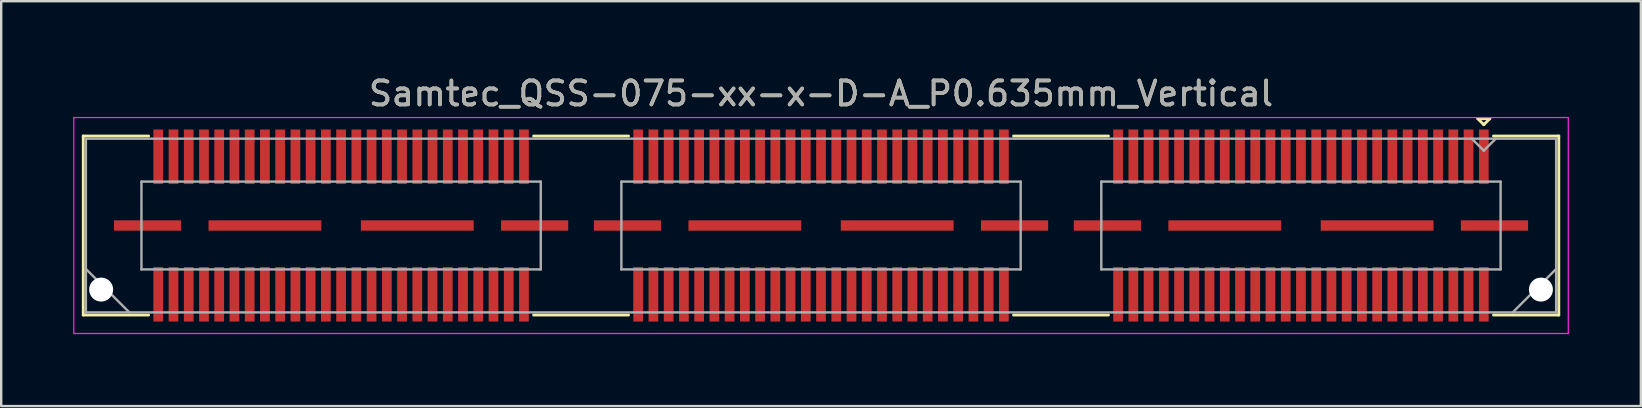
<source format=kicad_pcb>
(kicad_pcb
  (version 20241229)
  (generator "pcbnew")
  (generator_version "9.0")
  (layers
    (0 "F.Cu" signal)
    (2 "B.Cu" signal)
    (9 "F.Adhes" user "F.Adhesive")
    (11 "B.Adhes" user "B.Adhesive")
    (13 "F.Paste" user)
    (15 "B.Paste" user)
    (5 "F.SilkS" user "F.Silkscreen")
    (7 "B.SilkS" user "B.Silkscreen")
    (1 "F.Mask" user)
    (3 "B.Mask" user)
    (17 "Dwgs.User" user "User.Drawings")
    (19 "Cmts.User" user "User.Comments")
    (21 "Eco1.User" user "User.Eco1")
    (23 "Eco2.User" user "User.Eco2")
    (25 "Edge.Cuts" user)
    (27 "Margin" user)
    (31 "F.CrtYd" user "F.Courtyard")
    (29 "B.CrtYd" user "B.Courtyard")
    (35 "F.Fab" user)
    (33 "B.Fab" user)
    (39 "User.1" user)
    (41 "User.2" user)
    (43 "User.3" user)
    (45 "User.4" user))
  (footprint "Samtec_QSS-075-xx-x-D-A_P0.635mm_Vertical"
    (layer "F.Cu")
    (at 31.165 6.348)
    (property "Reference" "Samtec_QSS-075-xx-x-D-A_P0.635mm_Vertical" (at 0 -5.5 0) (layer "F.SilkS") (effects (font (size 1 1) (thickness 0.15))))
    (attr smd)
    (fp_line (start -30.745 -3.73) (end -28.023 -3.73) (stroke (width 0.12) (type solid)) (layer "F.SilkS"))
    (fp_line (start -30.745 3.73) (end -30.745 -3.73) (stroke (width 0.12) (type solid)) (layer "F.SilkS"))
    (fp_line (start -28.023 3.73) (end -30.745 3.73) (stroke (width 0.12) (type solid)) (layer "F.SilkS"))
    (fp_line (start -8.023 -3.73) (end -11.977 -3.73) (stroke (width 0.12) (type solid)) (layer "F.SilkS"))
    (fp_line (start -8.023 3.73) (end -11.977 3.73) (stroke (width 0.12) (type solid)) (layer "F.SilkS"))
    (fp_line (start 11.977 -3.73) (end 8.023 -3.73) (stroke (width 0.12) (type solid)) (layer "F.SilkS"))
    (fp_line (start 11.977 3.73) (end 8.023 3.73) (stroke (width 0.12) (type solid)) (layer "F.SilkS"))
    (fp_line (start 27.37 -4.452) (end 27.87 -4.452) (stroke (width 0.12) (type solid)) (layer "F.SilkS"))
    (fp_line (start 27.62 -4.202) (end 27.37 -4.452) (stroke (width 0.12) (type solid)) (layer "F.SilkS"))
    (fp_line (start 27.87 -4.452) (end 27.62 -4.202) (stroke (width 0.12) (type solid)) (layer "F.SilkS"))
    (fp_line (start 28.023 3.73) (end 30.745 3.73) (stroke (width 0.12) (type solid)) (layer "F.SilkS"))
    (fp_line (start 30.745 -3.73) (end 28.023 -3.73) (stroke (width 0.12) (type solid)) (layer "F.SilkS"))
    (fp_line (start 30.745 3.73) (end 30.745 -3.73) (stroke (width 0.12) (type solid)) (layer "F.SilkS"))
    (fp_line (start -31.14 -4.5) (end -31.14 4.5) (stroke (width 0.05) (type solid)) (layer "F.CrtYd"))
    (fp_line (start -31.14 4.5) (end 31.14 4.5) (stroke (width 0.05) (type solid)) (layer "F.CrtYd"))
    (fp_line (start 31.14 -4.5) (end -31.14 -4.5) (stroke (width 0.05) (type solid)) (layer "F.CrtYd"))
    (fp_line (start 31.14 4.5) (end 31.14 -4.5) (stroke (width 0.05) (type solid)) (layer "F.CrtYd"))
    (fp_line (start -30.635 -3.62) (end -30.635 3.62) (stroke (width 0.1) (type solid)) (layer "F.Fab"))
    (fp_line (start -30.635 1.81) (end -28.825 3.62) (stroke (width 0.1) (type solid)) (layer "F.Fab"))
    (fp_line (start -30.635 3.62) (end 30.635 3.62) (stroke (width 0.1) (type solid)) (layer "F.Fab"))
    (fp_line (start -28.32 -1.83) (end -28.32 1.83) (stroke (width 0.1) (type solid)) (layer "F.Fab"))
    (fp_line (start -28.32 1.83) (end -11.68 1.83) (stroke (width 0.1) (type solid)) (layer "F.Fab"))
    (fp_line (start -11.68 -1.83) (end -28.32 -1.83) (stroke (width 0.1) (type solid)) (layer "F.Fab"))
    (fp_line (start -11.68 1.83) (end -11.68 -1.83) (stroke (width 0.1) (type solid)) (layer "F.Fab"))
    (fp_line (start -8.32 -1.83) (end -8.32 1.83) (stroke (width 0.1) (type solid)) (layer "F.Fab"))
    (fp_line (start -8.32 1.83) (end 8.32 1.83) (stroke (width 0.1) (type solid)) (layer "F.Fab"))
    (fp_line (start 8.32 -1.83) (end -8.32 -1.83) (stroke (width 0.1) (type solid)) (layer "F.Fab"))
    (fp_line (start 8.32 1.83) (end 8.32 -1.83) (stroke (width 0.1) (type solid)) (layer "F.Fab"))
    (fp_line (start 11.68 -1.83) (end 11.68 1.83) (stroke (width 0.1) (type solid)) (layer "F.Fab"))
    (fp_line (start 11.68 1.83) (end 28.32 1.83) (stroke (width 0.1) (type solid)) (layer "F.Fab"))
    (fp_line (start 27.62 -3.12) (end 27.12 -3.62) (stroke (width 0.1) (type solid)) (layer "F.Fab"))
    (fp_line (start 28.12 -3.62) (end 27.62 -3.12) (stroke (width 0.1) (type solid)) (layer "F.Fab"))
    (fp_line (start 28.32 -1.83) (end 11.68 -1.83) (stroke (width 0.1) (type solid)) (layer "F.Fab"))
    (fp_line (start 28.32 1.83) (end 28.32 -1.83) (stroke (width 0.1) (type solid)) (layer "F.Fab"))
    (fp_line (start 30.635 -3.62) (end -30.635 -3.62) (stroke (width 0.1) (type solid)) (layer "F.Fab"))
    (fp_line (start 30.635 1.81) (end 28.825 3.62) (stroke (width 0.1) (type solid)) (layer "F.Fab"))
    (fp_line (start 30.635 3.62) (end 30.635 -3.62) (stroke (width 0.1) (type solid)) (layer "F.Fab"))
    (fp_text user "${REFERENCE}" (at 0 -5.5 0) (layer "F.Fab") (effects (font (size 1 1) (thickness 0.15))))
    (pad "" np_thru_hole circle (at -30 2.67) (size 1 1) (drill 1) (layers "*.Cu" "*.Mask"))
    (pad "" np_thru_hole circle (at 30 2.67) (size 1 1) (drill 1) (layers "*.Cu" "*.Mask"))
    (pad "1" smd rect (at 27.62 -2.865) (size 0.406 2.273) (layers "F.Cu" "F.Mask" "F.Paste"))
    (pad "2" smd rect (at 27.62 2.865) (size 0.406 2.273) (layers "F.Cu" "F.Mask" "F.Paste"))
    (pad "3" smd rect (at 26.985 -2.865) (size 0.406 2.273) (layers "F.Cu" "F.Mask" "F.Paste"))
    (pad "4" smd rect (at 26.985 2.865) (size 0.406 2.273) (layers "F.Cu" "F.Mask" "F.Paste"))
    (pad "5" smd rect (at 26.35 -2.865) (size 0.406 2.273) (layers "F.Cu" "F.Mask" "F.Paste"))
    (pad "6" smd rect (at 26.35 2.865) (size 0.406 2.273) (layers "F.Cu" "F.Mask" "F.Paste"))
    (pad "7" smd rect (at 25.715 -2.865) (size 0.406 2.273) (layers "F.Cu" "F.Mask" "F.Paste"))
    (pad "8" smd rect (at 25.715 2.865) (size 0.406 2.273) (layers "F.Cu" "F.Mask" "F.Paste"))
    (pad "9" smd rect (at 25.08 -2.865) (size 0.406 2.273) (layers "F.Cu" "F.Mask" "F.Paste"))
    (pad "10" smd rect (at 25.08 2.865) (size 0.406 2.273) (layers "F.Cu" "F.Mask" "F.Paste"))
    (pad "11" smd rect (at 24.445 -2.865) (size 0.406 2.273) (layers "F.Cu" "F.Mask" "F.Paste"))
    (pad "12" smd rect (at 24.445 2.865) (size 0.406 2.273) (layers "F.Cu" "F.Mask" "F.Paste"))
    (pad "13" smd rect (at 23.81 -2.865) (size 0.406 2.273) (layers "F.Cu" "F.Mask" "F.Paste"))
    (pad "14" smd rect (at 23.81 2.865) (size 0.406 2.273) (layers "F.Cu" "F.Mask" "F.Paste"))
    (pad "15" smd rect (at 23.175 -2.865) (size 0.406 2.273) (layers "F.Cu" "F.Mask" "F.Paste"))
    (pad "16" smd rect (at 23.175 2.865) (size 0.406 2.273) (layers "F.Cu" "F.Mask" "F.Paste"))
    (pad "17" smd rect (at 22.54 -2.865) (size 0.406 2.273) (layers "F.Cu" "F.Mask" "F.Paste"))
    (pad "18" smd rect (at 22.54 2.865) (size 0.406 2.273) (layers "F.Cu" "F.Mask" "F.Paste"))
    (pad "19" smd rect (at 21.905 -2.865) (size 0.406 2.273) (layers "F.Cu" "F.Mask" "F.Paste"))
    (pad "20" smd rect (at 21.905 2.865) (size 0.406 2.273) (layers "F.Cu" "F.Mask" "F.Paste"))
    (pad "21" smd rect (at 21.27 -2.865) (size 0.406 2.273) (layers "F.Cu" "F.Mask" "F.Paste"))
    (pad "22" smd rect (at 21.27 2.865) (size 0.406 2.273) (layers "F.Cu" "F.Mask" "F.Paste"))
    (pad "23" smd rect (at 20.635 -2.865) (size 0.406 2.273) (layers "F.Cu" "F.Mask" "F.Paste"))
    (pad "24" smd rect (at 20.635 2.865) (size 0.406 2.273) (layers "F.Cu" "F.Mask" "F.Paste"))
    (pad "25" smd rect (at 20 -2.865) (size 0.406 2.273) (layers "F.Cu" "F.Mask" "F.Paste"))
    (pad "26" smd rect (at 20 2.865) (size 0.406 2.273) (layers "F.Cu" "F.Mask" "F.Paste"))
    (pad "27" smd rect (at 19.365 -2.865) (size 0.406 2.273) (layers "F.Cu" "F.Mask" "F.Paste"))
    (pad "28" smd rect (at 19.365 2.865) (size 0.406 2.273) (layers "F.Cu" "F.Mask" "F.Paste"))
    (pad "29" smd rect (at 18.73 -2.865) (size 0.406 2.273) (layers "F.Cu" "F.Mask" "F.Paste"))
    (pad "30" smd rect (at 18.73 2.865) (size 0.406 2.273) (layers "F.Cu" "F.Mask" "F.Paste"))
    (pad "31" smd rect (at 18.095 -2.865) (size 0.406 2.273) (layers "F.Cu" "F.Mask" "F.Paste"))
    (pad "32" smd rect (at 18.095 2.865) (size 0.406 2.273) (layers "F.Cu" "F.Mask" "F.Paste"))
    (pad "33" smd rect (at 17.46 -2.865) (size 0.406 2.273) (layers "F.Cu" "F.Mask" "F.Paste"))
    (pad "34" smd rect (at 17.46 2.865) (size 0.406 2.273) (layers "F.Cu" "F.Mask" "F.Paste"))
    (pad "35" smd rect (at 16.825 -2.865) (size 0.406 2.273) (layers "F.Cu" "F.Mask" "F.Paste"))
    (pad "36" smd rect (at 16.825 2.865) (size 0.406 2.273) (layers "F.Cu" "F.Mask" "F.Paste"))
    (pad "37" smd rect (at 16.19 -2.865) (size 0.406 2.273) (layers "F.Cu" "F.Mask" "F.Paste"))
    (pad "38" smd rect (at 16.19 2.865) (size 0.406 2.273) (layers "F.Cu" "F.Mask" "F.Paste"))
    (pad "39" smd rect (at 15.555 -2.865) (size 0.406 2.273) (layers "F.Cu" "F.Mask" "F.Paste"))
    (pad "40" smd rect (at 15.555 2.865) (size 0.406 2.273) (layers "F.Cu" "F.Mask" "F.Paste"))
    (pad "41" smd rect (at 14.92 -2.865) (size 0.406 2.273) (layers "F.Cu" "F.Mask" "F.Paste"))
    (pad "42" smd rect (at 14.92 2.865) (size 0.406 2.273) (layers "F.Cu" "F.Mask" "F.Paste"))
    (pad "43" smd rect (at 14.285 -2.865) (size 0.406 2.273) (layers "F.Cu" "F.Mask" "F.Paste"))
    (pad "44" smd rect (at 14.285 2.865) (size 0.406 2.273) (layers "F.Cu" "F.Mask" "F.Paste"))
    (pad "45" smd rect (at 13.65 -2.865) (size 0.406 2.273) (layers "F.Cu" "F.Mask" "F.Paste"))
    (pad "46" smd rect (at 13.65 2.865) (size 0.406 2.273) (layers "F.Cu" "F.Mask" "F.Paste"))
    (pad "47" smd rect (at 13.015 -2.865) (size 0.406 2.273) (layers "F.Cu" "F.Mask" "F.Paste"))
    (pad "48" smd rect (at 13.015 2.865) (size 0.406 2.273) (layers "F.Cu" "F.Mask" "F.Paste"))
    (pad "49" smd rect (at 12.38 -2.865) (size 0.406 2.273) (layers "F.Cu" "F.Mask" "F.Paste"))
    (pad "50" smd rect (at 12.38 2.865) (size 0.406 2.273) (layers "F.Cu" "F.Mask" "F.Paste"))
    (pad "51" smd rect (at 7.62 -2.865) (size 0.406 2.273) (layers "F.Cu" "F.Mask" "F.Paste"))
    (pad "52" smd rect (at 7.62 2.865) (size 0.406 2.273) (layers "F.Cu" "F.Mask" "F.Paste"))
    (pad "53" smd rect (at 6.985 -2.865) (size 0.406 2.273) (layers "F.Cu" "F.Mask" "F.Paste"))
    (pad "54" smd rect (at 6.985 2.865) (size 0.406 2.273) (layers "F.Cu" "F.Mask" "F.Paste"))
    (pad "55" smd rect (at 6.35 -2.865) (size 0.406 2.273) (layers "F.Cu" "F.Mask" "F.Paste"))
    (pad "56" smd rect (at 6.35 2.865) (size 0.406 2.273) (layers "F.Cu" "F.Mask" "F.Paste"))
    (pad "57" smd rect (at 5.715 -2.865) (size 0.406 2.273) (layers "F.Cu" "F.Mask" "F.Paste"))
    (pad "58" smd rect (at 5.715 2.865) (size 0.406 2.273) (layers "F.Cu" "F.Mask" "F.Paste"))
    (pad "59" smd rect (at 5.08 -2.865) (size 0.406 2.273) (layers "F.Cu" "F.Mask" "F.Paste"))
    (pad "60" smd rect (at 5.08 2.865) (size 0.406 2.273) (layers "F.Cu" "F.Mask" "F.Paste"))
    (pad "61" smd rect (at 4.445 -2.865) (size 0.406 2.273) (layers "F.Cu" "F.Mask" "F.Paste"))
    (pad "62" smd rect (at 4.445 2.865) (size 0.406 2.273) (layers "F.Cu" "F.Mask" "F.Paste"))
    (pad "63" smd rect (at 3.81 -2.865) (size 0.406 2.273) (layers "F.Cu" "F.Mask" "F.Paste"))
    (pad "64" smd rect (at 3.81 2.865) (size 0.406 2.273) (layers "F.Cu" "F.Mask" "F.Paste"))
    (pad "65" smd rect (at 3.175 -2.865) (size 0.406 2.273) (layers "F.Cu" "F.Mask" "F.Paste"))
    (pad "66" smd rect (at 3.175 2.865) (size 0.406 2.273) (layers "F.Cu" "F.Mask" "F.Paste"))
    (pad "67" smd rect (at 2.54 -2.865) (size 0.406 2.273) (layers "F.Cu" "F.Mask" "F.Paste"))
    (pad "68" smd rect (at 2.54 2.865) (size 0.406 2.273) (layers "F.Cu" "F.Mask" "F.Paste"))
    (pad "69" smd rect (at 1.905 -2.865) (size 0.406 2.273) (layers "F.Cu" "F.Mask" "F.Paste"))
    (pad "70" smd rect (at 1.905 2.865) (size 0.406 2.273) (layers "F.Cu" "F.Mask" "F.Paste"))
    (pad "71" smd rect (at 1.27 -2.865) (size 0.406 2.273) (layers "F.Cu" "F.Mask" "F.Paste"))
    (pad "72" smd rect (at 1.27 2.865) (size 0.406 2.273) (layers "F.Cu" "F.Mask" "F.Paste"))
    (pad "73" smd rect (at 0.635 -2.865) (size 0.406 2.273) (layers "F.Cu" "F.Mask" "F.Paste"))
    (pad "74" smd rect (at 0.635 2.865) (size 0.406 2.273) (layers "F.Cu" "F.Mask" "F.Paste"))
    (pad "75" smd rect (at 0 -2.865) (size 0.406 2.273) (layers "F.Cu" "F.Mask" "F.Paste"))
    (pad "76" smd rect (at 0 2.865) (size 0.406 2.273) (layers "F.Cu" "F.Mask" "F.Paste"))
    (pad "77" smd rect (at -0.635 -2.865) (size 0.406 2.273) (layers "F.Cu" "F.Mask" "F.Paste"))
    (pad "78" smd rect (at -0.635 2.865) (size 0.406 2.273) (layers "F.Cu" "F.Mask" "F.Paste"))
    (pad "79" smd rect (at -1.27 -2.865) (size 0.406 2.273) (layers "F.Cu" "F.Mask" "F.Paste"))
    (pad "80" smd rect (at -1.27 2.865) (size 0.406 2.273) (layers "F.Cu" "F.Mask" "F.Paste"))
    (pad "81" smd rect (at -1.905 -2.865) (size 0.406 2.273) (layers "F.Cu" "F.Mask" "F.Paste"))
    (pad "82" smd rect (at -1.905 2.865) (size 0.406 2.273) (layers "F.Cu" "F.Mask" "F.Paste"))
    (pad "83" smd rect (at -2.54 -2.865) (size 0.406 2.273) (layers "F.Cu" "F.Mask" "F.Paste"))
    (pad "84" smd rect (at -2.54 2.865) (size 0.406 2.273) (layers "F.Cu" "F.Mask" "F.Paste"))
    (pad "85" smd rect (at -3.175 -2.865) (size 0.406 2.273) (layers "F.Cu" "F.Mask" "F.Paste"))
    (pad "86" smd rect (at -3.175 2.865) (size 0.406 2.273) (layers "F.Cu" "F.Mask" "F.Paste"))
    (pad "87" smd rect (at -3.81 -2.865) (size 0.406 2.273) (layers "F.Cu" "F.Mask" "F.Paste"))
    (pad "88" smd rect (at -3.81 2.865) (size 0.406 2.273) (layers "F.Cu" "F.Mask" "F.Paste"))
    (pad "89" smd rect (at -4.445 -2.865) (size 0.406 2.273) (layers "F.Cu" "F.Mask" "F.Paste"))
    (pad "90" smd rect (at -4.445 2.865) (size 0.406 2.273) (layers "F.Cu" "F.Mask" "F.Paste"))
    (pad "91" smd rect (at -5.08 -2.865) (size 0.406 2.273) (layers "F.Cu" "F.Mask" "F.Paste"))
    (pad "92" smd rect (at -5.08 2.865) (size 0.406 2.273) (layers "F.Cu" "F.Mask" "F.Paste"))
    (pad "93" smd rect (at -5.715 -2.865) (size 0.406 2.273) (layers "F.Cu" "F.Mask" "F.Paste"))
    (pad "94" smd rect (at -5.715 2.865) (size 0.406 2.273) (layers "F.Cu" "F.Mask" "F.Paste"))
    (pad "95" smd rect (at -6.35 -2.865) (size 0.406 2.273) (layers "F.Cu" "F.Mask" "F.Paste"))
    (pad "96" smd rect (at -6.35 2.865) (size 0.406 2.273) (layers "F.Cu" "F.Mask" "F.Paste"))
    (pad "97" smd rect (at -6.985 -2.865) (size 0.406 2.273) (layers "F.Cu" "F.Mask" "F.Paste"))
    (pad "98" smd rect (at -6.985 2.865) (size 0.406 2.273) (layers "F.Cu" "F.Mask" "F.Paste"))
    (pad "99" smd rect (at -7.62 -2.865) (size 0.406 2.273) (layers "F.Cu" "F.Mask" "F.Paste"))
    (pad "100" smd rect (at -7.62 2.865) (size 0.406 2.273) (layers "F.Cu" "F.Mask" "F.Paste"))
    (pad "101" smd rect (at -12.38 -2.865) (size 0.406 2.273) (layers "F.Cu" "F.Mask" "F.Paste"))
    (pad "102" smd rect (at -12.38 2.865) (size 0.406 2.273) (layers "F.Cu" "F.Mask" "F.Paste"))
    (pad "103" smd rect (at -13.015 -2.865) (size 0.406 2.273) (layers "F.Cu" "F.Mask" "F.Paste"))
    (pad "104" smd rect (at -13.015 2.865) (size 0.406 2.273) (layers "F.Cu" "F.Mask" "F.Paste"))
    (pad "105" smd rect (at -13.65 -2.865) (size 0.406 2.273) (layers "F.Cu" "F.Mask" "F.Paste"))
    (pad "106" smd rect (at -13.65 2.865) (size 0.406 2.273) (layers "F.Cu" "F.Mask" "F.Paste"))
    (pad "107" smd rect (at -14.285 -2.865) (size 0.406 2.273) (layers "F.Cu" "F.Mask" "F.Paste"))
    (pad "108" smd rect (at -14.285 2.865) (size 0.406 2.273) (layers "F.Cu" "F.Mask" "F.Paste"))
    (pad "109" smd rect (at -14.92 -2.865) (size 0.406 2.273) (layers "F.Cu" "F.Mask" "F.Paste"))
    (pad "110" smd rect (at -14.92 2.865) (size 0.406 2.273) (layers "F.Cu" "F.Mask" "F.Paste"))
    (pad "111" smd rect (at -15.555 -2.865) (size 0.406 2.273) (layers "F.Cu" "F.Mask" "F.Paste"))
    (pad "112" smd rect (at -15.555 2.865) (size 0.406 2.273) (layers "F.Cu" "F.Mask" "F.Paste"))
    (pad "113" smd rect (at -16.19 -2.865) (size 0.406 2.273) (layers "F.Cu" "F.Mask" "F.Paste"))
    (pad "114" smd rect (at -16.19 2.865) (size 0.406 2.273) (layers "F.Cu" "F.Mask" "F.Paste"))
    (pad "115" smd rect (at -16.825 -2.865) (size 0.406 2.273) (layers "F.Cu" "F.Mask" "F.Paste"))
    (pad "116" smd rect (at -16.825 2.865) (size 0.406 2.273) (layers "F.Cu" "F.Mask" "F.Paste"))
    (pad "117" smd rect (at -17.46 -2.865) (size 0.406 2.273) (layers "F.Cu" "F.Mask" "F.Paste"))
    (pad "118" smd rect (at -17.46 2.865) (size 0.406 2.273) (layers "F.Cu" "F.Mask" "F.Paste"))
    (pad "119" smd rect (at -18.095 -2.865) (size 0.406 2.273) (layers "F.Cu" "F.Mask" "F.Paste"))
    (pad "120" smd rect (at -18.095 2.865) (size 0.406 2.273) (layers "F.Cu" "F.Mask" "F.Paste"))
    (pad "121" smd rect (at -18.73 -2.865) (size 0.406 2.273) (layers "F.Cu" "F.Mask" "F.Paste"))
    (pad "122" smd rect (at -18.73 2.865) (size 0.406 2.273) (layers "F.Cu" "F.Mask" "F.Paste"))
    (pad "123" smd rect (at -19.365 -2.865) (size 0.406 2.273) (layers "F.Cu" "F.Mask" "F.Paste"))
    (pad "124" smd rect (at -19.365 2.865) (size 0.406 2.273) (layers "F.Cu" "F.Mask" "F.Paste"))
    (pad "125" smd rect (at -20 -2.865) (size 0.406 2.273) (layers "F.Cu" "F.Mask" "F.Paste"))
    (pad "126" smd rect (at -20 2.865) (size 0.406 2.273) (layers "F.Cu" "F.Mask" "F.Paste"))
    (pad "127" smd rect (at -20.635 -2.865) (size 0.406 2.273) (layers "F.Cu" "F.Mask" "F.Paste"))
    (pad "128" smd rect (at -20.635 2.865) (size 0.406 2.273) (layers "F.Cu" "F.Mask" "F.Paste"))
    (pad "129" smd rect (at -21.27 -2.865) (size 0.406 2.273) (layers "F.Cu" "F.Mask" "F.Paste"))
    (pad "130" smd rect (at -21.27 2.865) (size 0.406 2.273) (layers "F.Cu" "F.Mask" "F.Paste"))
    (pad "131" smd rect (at -21.905 -2.865) (size 0.406 2.273) (layers "F.Cu" "F.Mask" "F.Paste"))
    (pad "132" smd rect (at -21.905 2.865) (size 0.406 2.273) (layers "F.Cu" "F.Mask" "F.Paste"))
    (pad "133" smd rect (at -22.54 -2.865) (size 0.406 2.273) (layers "F.Cu" "F.Mask" "F.Paste"))
    (pad "134" smd rect (at -22.54 2.865) (size 0.406 2.273) (layers "F.Cu" "F.Mask" "F.Paste"))
    (pad "135" smd rect (at -23.175 -2.865) (size 0.406 2.273) (layers "F.Cu" "F.Mask" "F.Paste"))
    (pad "136" smd rect (at -23.175 2.865) (size 0.406 2.273) (layers "F.Cu" "F.Mask" "F.Paste"))
    (pad "137" smd rect (at -23.81 -2.865) (size 0.406 2.273) (layers "F.Cu" "F.Mask" "F.Paste"))
    (pad "138" smd rect (at -23.81 2.865) (size 0.406 2.273) (layers "F.Cu" "F.Mask" "F.Paste"))
    (pad "139" smd rect (at -24.445 -2.865) (size 0.406 2.273) (layers "F.Cu" "F.Mask" "F.Paste"))
    (pad "140" smd rect (at -24.445 2.865) (size 0.406 2.273) (layers "F.Cu" "F.Mask" "F.Paste"))
    (pad "141" smd rect (at -25.08 -2.865) (size 0.406 2.273) (layers "F.Cu" "F.Mask" "F.Paste"))
    (pad "142" smd rect (at -25.08 2.865) (size 0.406 2.273) (layers "F.Cu" "F.Mask" "F.Paste"))
    (pad "143" smd rect (at -25.715 -2.865) (size 0.406 2.273) (layers "F.Cu" "F.Mask" "F.Paste"))
    (pad "144" smd rect (at -25.715 2.865) (size 0.406 2.273) (layers "F.Cu" "F.Mask" "F.Paste"))
    (pad "145" smd rect (at -26.35 -2.865) (size 0.406 2.273) (layers "F.Cu" "F.Mask" "F.Paste"))
    (pad "146" smd rect (at -26.35 2.865) (size 0.406 2.273) (layers "F.Cu" "F.Mask" "F.Paste"))
    (pad "147" smd rect (at -26.985 -2.865) (size 0.406 2.273) (layers "F.Cu" "F.Mask" "F.Paste"))
    (pad "148" smd rect (at -26.985 2.865) (size 0.406 2.273) (layers "F.Cu" "F.Mask" "F.Paste"))
    (pad "149" smd rect (at -27.62 -2.865) (size 0.406 2.273) (layers "F.Cu" "F.Mask" "F.Paste"))
    (pad "150" smd rect (at -27.62 2.865) (size 0.406 2.273) (layers "F.Cu" "F.Mask" "F.Paste"))
    (pad "P1" smd rect (at 11.935 0) (size 2.8 0.432) (layers "F.Cu" "F.Mask" "F.Paste"))
    (pad "P1" smd rect (at 16.825 0) (size 4.7 0.432) (layers "F.Cu" "F.Mask" "F.Paste"))
    (pad "P1" smd rect (at 23.175 0) (size 4.7 0.432) (layers "F.Cu" "F.Mask" "F.Paste"))
    (pad "P1" smd rect (at 28.065 0) (size 2.8 0.432) (layers "F.Cu" "F.Mask" "F.Paste"))
    (pad "P2" smd rect (at -8.065 0) (size 2.8 0.432) (layers "F.Cu" "F.Mask" "F.Paste"))
    (pad "P2" smd rect (at -3.175 0) (size 4.7 0.432) (layers "F.Cu" "F.Mask" "F.Paste"))
    (pad "P2" smd rect (at 3.175 0) (size 4.7 0.432) (layers "F.Cu" "F.Mask" "F.Paste"))
    (pad "P2" smd rect (at 8.065 0) (size 2.8 0.432) (layers "F.Cu" "F.Mask" "F.Paste"))
    (pad "P3" smd rect (at -28.065 0) (size 2.8 0.432) (layers "F.Cu" "F.Mask" "F.Paste"))
    (pad "P3" smd rect (at -23.175 0) (size 4.7 0.432) (layers "F.Cu" "F.Mask" "F.Paste"))
    (pad "P3" smd rect (at -16.825 0) (size 4.7 0.432) (layers "F.Cu" "F.Mask" "F.Paste"))
    (pad "P3" smd rect (at -11.935 0) (size 2.8 0.432) (layers "F.Cu" "F.Mask" "F.Paste")))
  (gr_rect
    (start -3 -3)
    (end 65.33 13.873)
    (stroke (width 0.1) (type default))
    (fill no)
    (layer "Edge.Cuts")))
</source>
